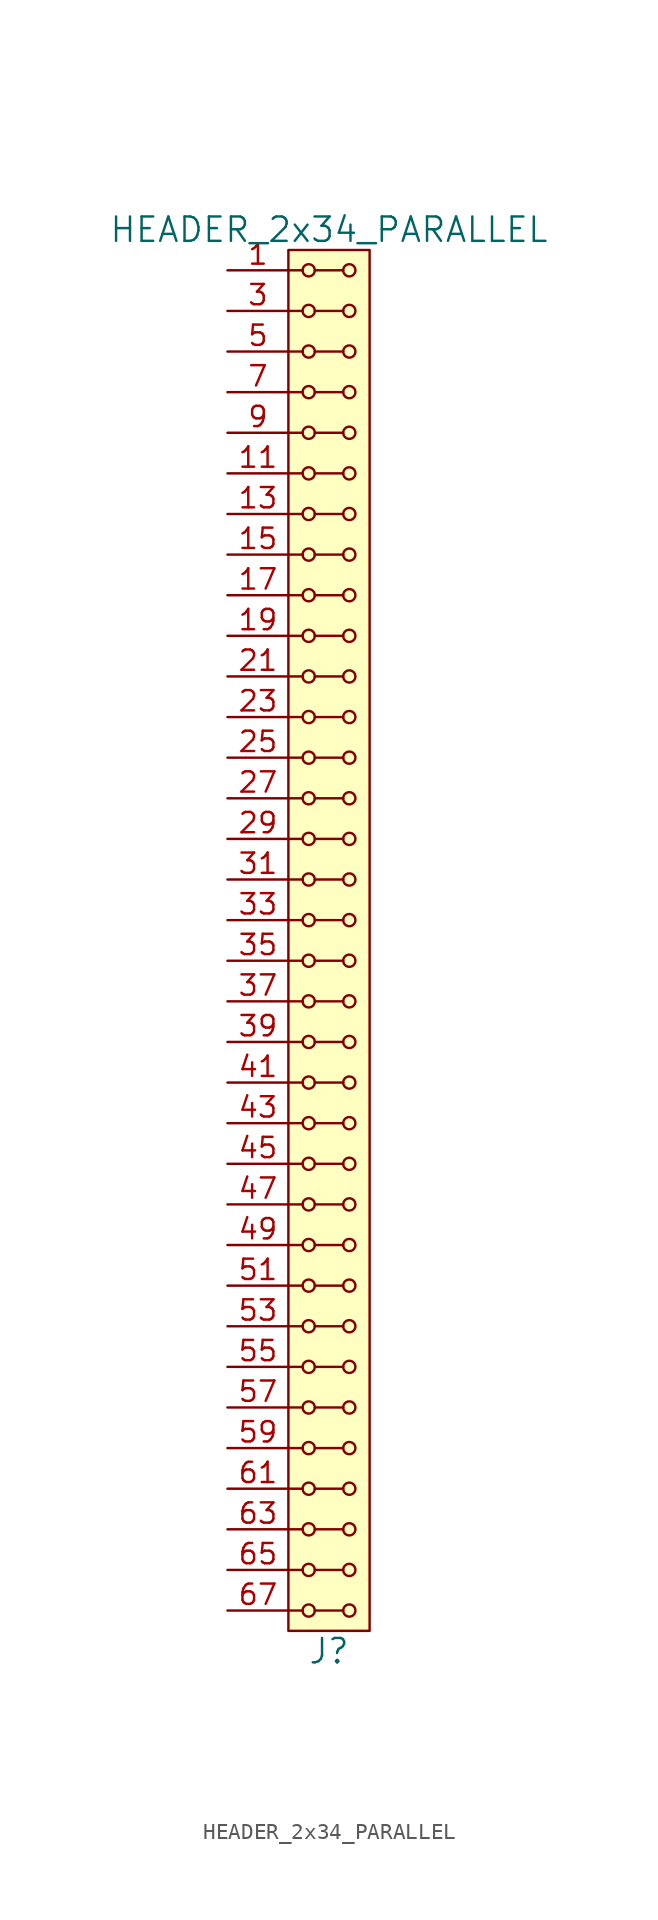
<source format=kicad_sym>
(kicad_symbol_lib
  (version 20211014)
  (generator kicad_symbol_editor)
  (symbol "HEADER_2x34_PARALLEL"
    (pin_names
      (offset 1.016))
    (property "Reference" "J"
      (at 0 -44.45 0)
      (effects (font (size 1.524 1.524))))
    (property "Value" "HEADER_2x34_PARALLEL"
      (at 0 44.45 0)
      (effects (font (size 1.524 1.524))))
    (property "Footprint" ""
      (at 0 41.91 0)
      (effects (font (size 1.524 1.524))))
    (property "Datasheet" ""
      (at 0 41.91 0)
      (effects (font (size 1.524 1.524))))
    (symbol "HEADER_2x34_PARALLEL_0_1"
      (rectangle (start -2.54 43.18) (end 2.54 -43.18) (stroke (width 0) (type default) (color 0 0 0 0)) (fill (type background)))
      (circle (center -1.27 -41.91) (radius 0.381) (stroke (width 0) (type default) (color 0 0 0 0)) (fill (type none)))
      (circle (center -1.27 -39.37) (radius 0.381) (stroke (width 0) (type default) (color 0 0 0 0)) (fill (type none)))
      (circle (center -1.27 -36.83) (radius 0.381) (stroke (width 0) (type default) (color 0 0 0 0)) (fill (type none)))
      (circle (center -1.27 -34.29) (radius 0.381) (stroke (width 0) (type default) (color 0 0 0 0)) (fill (type none)))
      (circle (center -1.27 -31.75) (radius 0.381) (stroke (width 0) (type default) (color 0 0 0 0)) (fill (type none)))
      (circle (center -1.27 -29.21) (radius 0.381) (stroke (width 0) (type default) (color 0 0 0 0)) (fill (type none)))
      (circle (center -1.27 -26.67) (radius 0.381) (stroke (width 0) (type default) (color 0 0 0 0)) (fill (type none)))
      (circle (center -1.27 -24.13) (radius 0.381) (stroke (width 0) (type default) (color 0 0 0 0)) (fill (type none)))
      (circle (center -1.27 -21.59) (radius 0.381) (stroke (width 0) (type default) (color 0 0 0 0)) (fill (type none)))
      (circle (center -1.27 -19.05) (radius 0.381) (stroke (width 0) (type default) (color 0 0 0 0)) (fill (type none)))
      (circle (center -1.27 -16.51) (radius 0.381) (stroke (width 0) (type default) (color 0 0 0 0)) (fill (type none)))
      (circle (center -1.27 -13.97) (radius 0.381) (stroke (width 0) (type default) (color 0 0 0 0)) (fill (type none)))
      (circle (center -1.27 -11.43) (radius 0.381) (stroke (width 0) (type default) (color 0 0 0 0)) (fill (type none)))
      (circle (center -1.27 -8.89) (radius 0.381) (stroke (width 0) (type default) (color 0 0 0 0)) (fill (type none)))
      (circle (center -1.27 -6.35) (radius 0.381) (stroke (width 0) (type default) (color 0 0 0 0)) (fill (type none)))
      (circle (center -1.27 -3.81) (radius 0.381) (stroke (width 0) (type default) (color 0 0 0 0)) (fill (type none)))
      (circle (center -1.27 -1.27) (radius 0.381) (stroke (width 0) (type default) (color 0 0 0 0)) (fill (type none)))
      (circle (center -1.27 1.27) (radius 0.381) (stroke (width 0) (type default) (color 0 0 0 0)) (fill (type none)))
      (circle (center -1.27 3.81) (radius 0.381) (stroke (width 0) (type default) (color 0 0 0 0)) (fill (type none)))
      (circle (center -1.27 6.35) (radius 0.381) (stroke (width 0) (type default) (color 0 0 0 0)) (fill (type none)))
      (circle (center -1.27 8.89) (radius 0.381) (stroke (width 0) (type default) (color 0 0 0 0)) (fill (type none)))
      (circle (center -1.27 11.43) (radius 0.381) (stroke (width 0) (type default) (color 0 0 0 0)) (fill (type none)))
      (circle (center -1.27 13.97) (radius 0.381) (stroke (width 0) (type default) (color 0 0 0 0)) (fill (type none)))
      (circle (center -1.27 16.51) (radius 0.381) (stroke (width 0) (type default) (color 0 0 0 0)) (fill (type none)))
      (circle (center -1.27 19.05) (radius 0.381) (stroke (width 0) (type default) (color 0 0 0 0)) (fill (type none)))
      (circle (center -1.27 21.59) (radius 0.381) (stroke (width 0) (type default) (color 0 0 0 0)) (fill (type none)))
      (circle (center -1.27 24.13) (radius 0.381) (stroke (width 0) (type default) (color 0 0 0 0)) (fill (type none)))
      (circle (center -1.27 26.67) (radius 0.381) (stroke (width 0) (type default) (color 0 0 0 0)) (fill (type none)))
      (circle (center -1.27 29.21) (radius 0.381) (stroke (width 0) (type default) (color 0 0 0 0)) (fill (type none)))
      (circle (center -1.27 31.75) (radius 0.381) (stroke (width 0) (type default) (color 0 0 0 0)) (fill (type none)))
      (circle (center -1.27 34.29) (radius 0.381) (stroke (width 0) (type default) (color 0 0 0 0)) (fill (type none)))
      (circle (center -1.27 36.83) (radius 0.381) (stroke (width 0) (type default) (color 0 0 0 0)) (fill (type none)))
      (circle (center -1.27 39.37) (radius 0.381) (stroke (width 0) (type default) (color 0 0 0 0)) (fill (type none)))
      (circle (center -1.27 41.91) (radius 0.381) (stroke (width 0) (type default) (color 0 0 0 0)) (fill (type none)))
      (polyline (pts (xy -1.651 -41.91) (xy -2.54 -41.91)) (stroke (width 0) (type default) (color 0 0 0 0)) (fill (type none)))
      (polyline (pts (xy -1.651 -39.37) (xy -2.54 -39.37)) (stroke (width 0) (type default) (color 0 0 0 0)) (fill (type none)))
      (polyline (pts (xy -1.651 -36.83) (xy -2.54 -36.83)) (stroke (width 0) (type default) (color 0 0 0 0)) (fill (type none)))
      (polyline (pts (xy -1.651 -34.29) (xy -2.54 -34.29)) (stroke (width 0) (type default) (color 0 0 0 0)) (fill (type none)))
      (polyline (pts (xy -1.651 -31.75) (xy -2.54 -31.75)) (stroke (width 0) (type default) (color 0 0 0 0)) (fill (type none)))
      (polyline (pts (xy -1.651 -29.21) (xy -2.54 -29.21)) (stroke (width 0) (type default) (color 0 0 0 0)) (fill (type none)))
      (polyline (pts (xy -1.651 -26.67) (xy -2.54 -26.67)) (stroke (width 0) (type default) (color 0 0 0 0)) (fill (type none)))
      (polyline (pts (xy -1.651 -24.13) (xy -2.54 -24.13)) (stroke (width 0) (type default) (color 0 0 0 0)) (fill (type none)))
      (polyline (pts (xy -1.651 -21.59) (xy -2.54 -21.59)) (stroke (width 0) (type default) (color 0 0 0 0)) (fill (type none)))
      (polyline (pts (xy -1.651 -19.05) (xy -2.54 -19.05)) (stroke (width 0) (type default) (color 0 0 0 0)) (fill (type none)))
      (polyline (pts (xy -1.651 -16.51) (xy -2.54 -16.51)) (stroke (width 0) (type default) (color 0 0 0 0)) (fill (type none)))
      (polyline (pts (xy -1.651 -13.97) (xy -2.54 -13.97)) (stroke (width 0) (type default) (color 0 0 0 0)) (fill (type none)))
      (polyline (pts (xy -1.651 -11.43) (xy -2.54 -11.43)) (stroke (width 0) (type default) (color 0 0 0 0)) (fill (type none)))
      (polyline (pts (xy -1.651 -8.89) (xy -2.54 -8.89)) (stroke (width 0) (type default) (color 0 0 0 0)) (fill (type none)))
      (polyline (pts (xy -1.651 -6.35) (xy -2.54 -6.35)) (stroke (width 0) (type default) (color 0 0 0 0)) (fill (type none)))
      (polyline (pts (xy -1.651 -3.81) (xy -2.54 -3.81)) (stroke (width 0) (type default) (color 0 0 0 0)) (fill (type none)))
      (polyline (pts (xy -1.651 -1.27) (xy -2.54 -1.27)) (stroke (width 0) (type default) (color 0 0 0 0)) (fill (type none)))
      (polyline (pts (xy -1.651 1.27) (xy -2.54 1.27)) (stroke (width 0) (type default) (color 0 0 0 0)) (fill (type none)))
      (polyline (pts (xy -1.651 3.81) (xy -2.54 3.81)) (stroke (width 0) (type default) (color 0 0 0 0)) (fill (type none)))
      (polyline (pts (xy -1.651 6.35) (xy -2.54 6.35)) (stroke (width 0) (type default) (color 0 0 0 0)) (fill (type none)))
      (polyline (pts (xy -1.651 8.89) (xy -2.54 8.89)) (stroke (width 0) (type default) (color 0 0 0 0)) (fill (type none)))
      (polyline (pts (xy -1.651 11.43) (xy -2.54 11.43)) (stroke (width 0) (type default) (color 0 0 0 0)) (fill (type none)))
      (polyline (pts (xy -1.651 13.97) (xy -2.54 13.97)) (stroke (width 0) (type default) (color 0 0 0 0)) (fill (type none)))
      (polyline (pts (xy -1.651 16.51) (xy -2.54 16.51)) (stroke (width 0) (type default) (color 0 0 0 0)) (fill (type none)))
      (polyline (pts (xy -1.651 19.05) (xy -2.54 19.05)) (stroke (width 0) (type default) (color 0 0 0 0)) (fill (type none)))
      (polyline (pts (xy -1.651 21.59) (xy -2.54 21.59)) (stroke (width 0) (type default) (color 0 0 0 0)) (fill (type none)))
      (polyline (pts (xy -1.651 24.13) (xy -2.54 24.13)) (stroke (width 0) (type default) (color 0 0 0 0)) (fill (type none)))
      (polyline (pts (xy -1.651 26.67) (xy -2.54 26.67)) (stroke (width 0) (type default) (color 0 0 0 0)) (fill (type none)))
      (polyline (pts (xy -1.651 29.21) (xy -2.54 29.21)) (stroke (width 0) (type default) (color 0 0 0 0)) (fill (type none)))
      (polyline (pts (xy -1.651 31.75) (xy -2.54 31.75)) (stroke (width 0) (type default) (color 0 0 0 0)) (fill (type none)))
      (polyline (pts (xy -1.651 34.29) (xy -2.54 34.29)) (stroke (width 0) (type default) (color 0 0 0 0)) (fill (type none)))
      (polyline (pts (xy -1.651 36.83) (xy -2.54 36.83)) (stroke (width 0) (type default) (color 0 0 0 0)) (fill (type none)))
      (polyline (pts (xy -1.651 39.37) (xy -2.54 39.37)) (stroke (width 0) (type default) (color 0 0 0 0)) (fill (type none)))
      (polyline (pts (xy -1.651 41.91) (xy -2.54 41.91)) (stroke (width 0) (type default) (color 0 0 0 0)) (fill (type none)))
      (polyline (pts (xy -0.889 -41.91) (xy 0.889 -41.91)) (stroke (width 0) (type default) (color 0 0 0 0)) (fill (type none)))
      (polyline (pts (xy -0.889 -39.37) (xy 0.889 -39.37)) (stroke (width 0) (type default) (color 0 0 0 0)) (fill (type none)))
      (polyline (pts (xy -0.889 -36.83) (xy 0.889 -36.83)) (stroke (width 0) (type default) (color 0 0 0 0)) (fill (type none)))
      (polyline (pts (xy -0.889 -34.29) (xy 0.889 -34.29)) (stroke (width 0) (type default) (color 0 0 0 0)) (fill (type none)))
      (polyline (pts (xy -0.889 -31.75) (xy 0.889 -31.75)) (stroke (width 0) (type default) (color 0 0 0 0)) (fill (type none)))
      (polyline (pts (xy -0.889 -29.21) (xy 0.889 -29.21)) (stroke (width 0) (type default) (color 0 0 0 0)) (fill (type none)))
      (polyline (pts (xy -0.889 -26.67) (xy 0.889 -26.67)) (stroke (width 0) (type default) (color 0 0 0 0)) (fill (type none)))
      (polyline (pts (xy -0.889 -24.13) (xy 0.889 -24.13)) (stroke (width 0) (type default) (color 0 0 0 0)) (fill (type none)))
      (polyline (pts (xy -0.889 -21.59) (xy 0.889 -21.59)) (stroke (width 0) (type default) (color 0 0 0 0)) (fill (type none)))
      (polyline (pts (xy -0.889 -19.05) (xy 0.889 -19.05)) (stroke (width 0) (type default) (color 0 0 0 0)) (fill (type none)))
      (polyline (pts (xy -0.889 -16.51) (xy 0.889 -16.51)) (stroke (width 0) (type default) (color 0 0 0 0)) (fill (type none)))
      (polyline (pts (xy -0.889 -13.97) (xy 0.889 -13.97)) (stroke (width 0) (type default) (color 0 0 0 0)) (fill (type none)))
      (polyline (pts (xy -0.889 -11.43) (xy 0.889 -11.43)) (stroke (width 0) (type default) (color 0 0 0 0)) (fill (type none)))
      (polyline (pts (xy -0.889 -8.89) (xy 0.889 -8.89)) (stroke (width 0) (type default) (color 0 0 0 0)) (fill (type none)))
      (polyline (pts (xy -0.889 -6.35) (xy 0.889 -6.35)) (stroke (width 0) (type default) (color 0 0 0 0)) (fill (type none)))
      (polyline (pts (xy -0.889 -3.81) (xy 0.889 -3.81)) (stroke (width 0) (type default) (color 0 0 0 0)) (fill (type none)))
      (polyline (pts (xy -0.889 -1.27) (xy 0.889 -1.27)) (stroke (width 0) (type default) (color 0 0 0 0)) (fill (type none)))
      (polyline (pts (xy -0.889 1.27) (xy 0.889 1.27)) (stroke (width 0) (type default) (color 0 0 0 0)) (fill (type none)))
      (polyline (pts (xy -0.889 3.81) (xy 0.889 3.81)) (stroke (width 0) (type default) (color 0 0 0 0)) (fill (type none)))
      (polyline (pts (xy -0.889 6.35) (xy 0.889 6.35)) (stroke (width 0) (type default) (color 0 0 0 0)) (fill (type none)))
      (polyline (pts (xy -0.889 8.89) (xy 0.889 8.89)) (stroke (width 0) (type default) (color 0 0 0 0)) (fill (type none)))
      (polyline (pts (xy -0.889 11.43) (xy 0.889 11.43)) (stroke (width 0) (type default) (color 0 0 0 0)) (fill (type none)))
      (polyline (pts (xy -0.889 13.97) (xy 0.889 13.97)) (stroke (width 0) (type default) (color 0 0 0 0)) (fill (type none)))
      (polyline (pts (xy -0.889 16.51) (xy 0.889 16.51)) (stroke (width 0) (type default) (color 0 0 0 0)) (fill (type none)))
      (polyline (pts (xy -0.889 19.05) (xy 0.889 19.05)) (stroke (width 0) (type default) (color 0 0 0 0)) (fill (type none)))
      (polyline (pts (xy -0.889 21.59) (xy 0.889 21.59)) (stroke (width 0) (type default) (color 0 0 0 0)) (fill (type none)))
      (polyline (pts (xy -0.889 24.13) (xy 0.889 24.13)) (stroke (width 0) (type default) (color 0 0 0 0)) (fill (type none)))
      (polyline (pts (xy -0.889 26.67) (xy 0.889 26.67)) (stroke (width 0) (type default) (color 0 0 0 0)) (fill (type none)))
      (polyline (pts (xy -0.889 29.21) (xy 0.889 29.21)) (stroke (width 0) (type default) (color 0 0 0 0)) (fill (type none)))
      (polyline (pts (xy -0.889 31.75) (xy 0.889 31.75)) (stroke (width 0) (type default) (color 0 0 0 0)) (fill (type none)))
      (polyline (pts (xy -0.889 34.29) (xy 0.889 34.29)) (stroke (width 0) (type default) (color 0 0 0 0)) (fill (type none)))
      (polyline (pts (xy -0.889 36.83) (xy 0.889 36.83)) (stroke (width 0) (type default) (color 0 0 0 0)) (fill (type none)))
      (polyline (pts (xy -0.889 39.37) (xy 0.889 39.37)) (stroke (width 0) (type default) (color 0 0 0 0)) (fill (type none)))
      (polyline (pts (xy -0.889 41.91) (xy 0.889 41.91)) (stroke (width 0) (type default) (color 0 0 0 0)) (fill (type none)))
      (circle (center 1.27 -41.91) (radius 0.381) (stroke (width 0) (type default) (color 0 0 0 0)) (fill (type none)))
      (circle (center 1.27 -39.37) (radius 0.381) (stroke (width 0) (type default) (color 0 0 0 0)) (fill (type none)))
      (circle (center 1.27 -36.83) (radius 0.381) (stroke (width 0) (type default) (color 0 0 0 0)) (fill (type none)))
      (circle (center 1.27 -34.29) (radius 0.381) (stroke (width 0) (type default) (color 0 0 0 0)) (fill (type none)))
      (circle (center 1.27 -31.75) (radius 0.381) (stroke (width 0) (type default) (color 0 0 0 0)) (fill (type none)))
      (circle (center 1.27 -29.21) (radius 0.381) (stroke (width 0) (type default) (color 0 0 0 0)) (fill (type none)))
      (circle (center 1.27 -26.67) (radius 0.381) (stroke (width 0) (type default) (color 0 0 0 0)) (fill (type none)))
      (circle (center 1.27 -24.13) (radius 0.381) (stroke (width 0) (type default) (color 0 0 0 0)) (fill (type none)))
      (circle (center 1.27 -21.59) (radius 0.381) (stroke (width 0) (type default) (color 0 0 0 0)) (fill (type none)))
      (circle (center 1.27 -19.05) (radius 0.381) (stroke (width 0) (type default) (color 0 0 0 0)) (fill (type none)))
      (circle (center 1.27 -16.51) (radius 0.381) (stroke (width 0) (type default) (color 0 0 0 0)) (fill (type none)))
      (circle (center 1.27 -13.97) (radius 0.381) (stroke (width 0) (type default) (color 0 0 0 0)) (fill (type none)))
      (circle (center 1.27 -11.43) (radius 0.381) (stroke (width 0) (type default) (color 0 0 0 0)) (fill (type none)))
      (circle (center 1.27 -8.89) (radius 0.381) (stroke (width 0) (type default) (color 0 0 0 0)) (fill (type none)))
      (circle (center 1.27 -6.35) (radius 0.381) (stroke (width 0) (type default) (color 0 0 0 0)) (fill (type none)))
      (circle (center 1.27 -3.81) (radius 0.381) (stroke (width 0) (type default) (color 0 0 0 0)) (fill (type none)))
      (circle (center 1.27 -1.27) (radius 0.381) (stroke (width 0) (type default) (color 0 0 0 0)) (fill (type none)))
      (circle (center 1.27 1.27) (radius 0.381) (stroke (width 0) (type default) (color 0 0 0 0)) (fill (type none)))
      (circle (center 1.27 3.81) (radius 0.381) (stroke (width 0) (type default) (color 0 0 0 0)) (fill (type none)))
      (circle (center 1.27 6.35) (radius 0.381) (stroke (width 0) (type default) (color 0 0 0 0)) (fill (type none)))
      (circle (center 1.27 8.89) (radius 0.381) (stroke (width 0) (type default) (color 0 0 0 0)) (fill (type none)))
      (circle (center 1.27 11.43) (radius 0.381) (stroke (width 0) (type default) (color 0 0 0 0)) (fill (type none)))
      (circle (center 1.27 13.97) (radius 0.381) (stroke (width 0) (type default) (color 0 0 0 0)) (fill (type none)))
      (circle (center 1.27 16.51) (radius 0.381) (stroke (width 0) (type default) (color 0 0 0 0)) (fill (type none)))
      (circle (center 1.27 19.05) (radius 0.381) (stroke (width 0) (type default) (color 0 0 0 0)) (fill (type none)))
      (circle (center 1.27 21.59) (radius 0.381) (stroke (width 0) (type default) (color 0 0 0 0)) (fill (type none)))
      (circle (center 1.27 24.13) (radius 0.381) (stroke (width 0) (type default) (color 0 0 0 0)) (fill (type none)))
      (circle (center 1.27 26.67) (radius 0.381) (stroke (width 0) (type default) (color 0 0 0 0)) (fill (type none)))
      (circle (center 1.27 29.21) (radius 0.381) (stroke (width 0) (type default) (color 0 0 0 0)) (fill (type none)))
      (circle (center 1.27 31.75) (radius 0.381) (stroke (width 0) (type default) (color 0 0 0 0)) (fill (type none)))
      (circle (center 1.27 34.29) (radius 0.381) (stroke (width 0) (type default) (color 0 0 0 0)) (fill (type none)))
      (circle (center 1.27 36.83) (radius 0.381) (stroke (width 0) (type default) (color 0 0 0 0)) (fill (type none)))
      (circle (center 1.27 39.37) (radius 0.381) (stroke (width 0) (type default) (color 0 0 0 0)) (fill (type none)))
      (circle (center 1.27 41.91) (radius 0.381) (stroke (width 0) (type default) (color 0 0 0 0)) (fill (type none))))
    (symbol "HEADER_2x34_PARALLEL_1_1"
      (pin input line (at -6.35 41.91 0) (length 3.81) (name "~" (effects (font (size 1.27 1.27)))) (number "1" (effects (font (size 1.27 1.27)))))
      (pin input line (at -6.35 31.75 0) (length 3.81) hide (name "~" (effects (font (size 1.27 1.27)))) (number "10" (effects (font (size 1.27 1.27)))))
      (pin input line (at -6.35 29.21 0) (length 3.81) (name "~" (effects (font (size 1.27 1.27)))) (number "11" (effects (font (size 1.27 1.27)))))
      (pin input line (at -6.35 29.21 0) (length 3.81) hide (name "~" (effects (font (size 1.27 1.27)))) (number "12" (effects (font (size 1.27 1.27)))))
      (pin input line (at -6.35 26.67 0) (length 3.81) (name "~" (effects (font (size 1.27 1.27)))) (number "13" (effects (font (size 1.27 1.27)))))
      (pin input line (at -6.35 26.67 0) (length 3.81) hide (name "~" (effects (font (size 1.27 1.27)))) (number "14" (effects (font (size 1.27 1.27)))))
      (pin input line (at -6.35 24.13 0) (length 3.81) (name "~" (effects (font (size 1.27 1.27)))) (number "15" (effects (font (size 1.27 1.27)))))
      (pin input line (at -6.35 24.13 0) (length 3.81) hide (name "~" (effects (font (size 1.27 1.27)))) (number "16" (effects (font (size 1.27 1.27)))))
      (pin input line (at -6.35 21.59 0) (length 3.81) (name "~" (effects (font (size 1.27 1.27)))) (number "17" (effects (font (size 1.27 1.27)))))
      (pin input line (at -6.35 21.59 0) (length 3.81) hide (name "~" (effects (font (size 1.27 1.27)))) (number "18" (effects (font (size 1.27 1.27)))))
      (pin input line (at -6.35 19.05 0) (length 3.81) (name "~" (effects (font (size 1.27 1.27)))) (number "19" (effects (font (size 1.27 1.27)))))
      (pin input line (at -6.35 41.91 0) (length 3.81) hide (name "~" (effects (font (size 1.27 1.27)))) (number "2" (effects (font (size 1.27 1.27)))))
      (pin input line (at -6.35 19.05 0) (length 3.81) hide (name "~" (effects (font (size 1.27 1.27)))) (number "20" (effects (font (size 1.27 1.27)))))
      (pin input line (at -6.35 16.51 0) (length 3.81) (name "~" (effects (font (size 1.27 1.27)))) (number "21" (effects (font (size 1.27 1.27)))))
      (pin input line (at -6.35 16.51 0) (length 3.81) hide (name "~" (effects (font (size 1.27 1.27)))) (number "22" (effects (font (size 1.27 1.27)))))
      (pin input line (at -6.35 13.97 0) (length 3.81) (name "~" (effects (font (size 1.27 1.27)))) (number "23" (effects (font (size 1.27 1.27)))))
      (pin input line (at -6.35 13.97 0) (length 3.81) hide (name "~" (effects (font (size 1.27 1.27)))) (number "24" (effects (font (size 1.27 1.27)))))
      (pin input line (at -6.35 11.43 0) (length 3.81) (name "~" (effects (font (size 1.27 1.27)))) (number "25" (effects (font (size 1.27 1.27)))))
      (pin input line (at -6.35 11.43 0) (length 3.81) hide (name "~" (effects (font (size 1.27 1.27)))) (number "26" (effects (font (size 1.27 1.27)))))
      (pin input line (at -6.35 8.89 0) (length 3.81) (name "~" (effects (font (size 1.27 1.27)))) (number "27" (effects (font (size 1.27 1.27)))))
      (pin input line (at -6.35 8.89 0) (length 3.81) hide (name "~" (effects (font (size 1.27 1.27)))) (number "28" (effects (font (size 1.27 1.27)))))
      (pin input line (at -6.35 6.35 0) (length 3.81) (name "~" (effects (font (size 1.27 1.27)))) (number "29" (effects (font (size 1.27 1.27)))))
      (pin input line (at -6.35 39.37 0) (length 3.81) (name "~" (effects (font (size 1.27 1.27)))) (number "3" (effects (font (size 1.27 1.27)))))
      (pin input line (at -6.35 6.35 0) (length 3.81) hide (name "~" (effects (font (size 1.27 1.27)))) (number "30" (effects (font (size 1.27 1.27)))))
      (pin input line (at -6.35 3.81 0) (length 3.81) (name "~" (effects (font (size 1.27 1.27)))) (number "31" (effects (font (size 1.27 1.27)))))
      (pin input line (at -6.35 3.81 0) (length 3.81) hide (name "~" (effects (font (size 1.27 1.27)))) (number "32" (effects (font (size 1.27 1.27)))))
      (pin input line (at -6.35 1.27 0) (length 3.81) (name "~" (effects (font (size 1.27 1.27)))) (number "33" (effects (font (size 1.27 1.27)))))
      (pin input line (at -6.35 1.27 0) (length 3.81) hide (name "~" (effects (font (size 1.27 1.27)))) (number "34" (effects (font (size 1.27 1.27)))))
      (pin input line (at -6.35 -1.27 0) (length 3.81) (name "~" (effects (font (size 1.27 1.27)))) (number "35" (effects (font (size 1.27 1.27)))))
      (pin input line (at -6.35 -1.27 0) (length 3.81) hide (name "~" (effects (font (size 1.27 1.27)))) (number "36" (effects (font (size 1.27 1.27)))))
      (pin input line (at -6.35 -3.81 0) (length 3.81) (name "~" (effects (font (size 1.27 1.27)))) (number "37" (effects (font (size 1.27 1.27)))))
      (pin input line (at -6.35 -3.81 0) (length 3.81) hide (name "~" (effects (font (size 1.27 1.27)))) (number "38" (effects (font (size 1.27 1.27)))))
      (pin input line (at -6.35 -6.35 0) (length 3.81) (name "~" (effects (font (size 1.27 1.27)))) (number "39" (effects (font (size 1.27 1.27)))))
      (pin input line (at -6.35 39.37 0) (length 3.81) hide (name "~" (effects (font (size 1.27 1.27)))) (number "4" (effects (font (size 1.27 1.27)))))
      (pin input line (at -6.35 -6.35 0) (length 3.81) hide (name "~" (effects (font (size 1.27 1.27)))) (number "40" (effects (font (size 1.27 1.27)))))
      (pin input line (at -6.35 -8.89 0) (length 3.81) (name "~" (effects (font (size 1.27 1.27)))) (number "41" (effects (font (size 1.27 1.27)))))
      (pin input line (at -6.35 -8.89 0) (length 3.81) hide (name "~" (effects (font (size 1.27 1.27)))) (number "42" (effects (font (size 1.27 1.27)))))
      (pin input line (at -6.35 -11.43 0) (length 3.81) (name "~" (effects (font (size 1.27 1.27)))) (number "43" (effects (font (size 1.27 1.27)))))
      (pin input line (at -6.35 -11.43 0) (length 3.81) hide (name "~" (effects (font (size 1.27 1.27)))) (number "44" (effects (font (size 1.27 1.27)))))
      (pin input line (at -6.35 -13.97 0) (length 3.81) (name "~" (effects (font (size 1.27 1.27)))) (number "45" (effects (font (size 1.27 1.27)))))
      (pin input line (at -6.35 -13.97 0) (length 3.81) hide (name "~" (effects (font (size 1.27 1.27)))) (number "46" (effects (font (size 1.27 1.27)))))
      (pin input line (at -6.35 -16.51 0) (length 3.81) (name "~" (effects (font (size 1.27 1.27)))) (number "47" (effects (font (size 1.27 1.27)))))
      (pin input line (at -6.35 -16.51 0) (length 3.81) hide (name "~" (effects (font (size 1.27 1.27)))) (number "48" (effects (font (size 1.27 1.27)))))
      (pin input line (at -6.35 -19.05 0) (length 3.81) (name "~" (effects (font (size 1.27 1.27)))) (number "49" (effects (font (size 1.27 1.27)))))
      (pin input line (at -6.35 36.83 0) (length 3.81) (name "~" (effects (font (size 1.27 1.27)))) (number "5" (effects (font (size 1.27 1.27)))))
      (pin input line (at -6.35 -19.05 0) (length 3.81) hide (name "~" (effects (font (size 1.27 1.27)))) (number "50" (effects (font (size 1.27 1.27)))))
      (pin input line (at -6.35 -21.59 0) (length 3.81) (name "~" (effects (font (size 1.27 1.27)))) (number "51" (effects (font (size 1.27 1.27)))))
      (pin input line (at -6.35 -21.59 0) (length 3.81) hide (name "~" (effects (font (size 1.27 1.27)))) (number "52" (effects (font (size 1.27 1.27)))))
      (pin input line (at -6.35 -24.13 0) (length 3.81) (name "~" (effects (font (size 1.27 1.27)))) (number "53" (effects (font (size 1.27 1.27)))))
      (pin input line (at -6.35 -24.13 0) (length 3.81) hide (name "~" (effects (font (size 1.27 1.27)))) (number "54" (effects (font (size 1.27 1.27)))))
      (pin input line (at -6.35 -26.67 0) (length 3.81) (name "~" (effects (font (size 1.27 1.27)))) (number "55" (effects (font (size 1.27 1.27)))))
      (pin input line (at -6.35 -26.67 0) (length 3.81) hide (name "~" (effects (font (size 1.27 1.27)))) (number "56" (effects (font (size 1.27 1.27)))))
      (pin input line (at -6.35 -29.21 0) (length 3.81) (name "~" (effects (font (size 1.27 1.27)))) (number "57" (effects (font (size 1.27 1.27)))))
      (pin input line (at -6.35 -29.21 0) (length 3.81) hide (name "~" (effects (font (size 1.27 1.27)))) (number "58" (effects (font (size 1.27 1.27)))))
      (pin input line (at -6.35 -31.75 0) (length 3.81) (name "~" (effects (font (size 1.27 1.27)))) (number "59" (effects (font (size 1.27 1.27)))))
      (pin input line (at -6.35 36.83 0) (length 3.81) hide (name "~" (effects (font (size 1.27 1.27)))) (number "6" (effects (font (size 1.27 1.27)))))
      (pin input line (at -6.35 -31.75 0) (length 3.81) hide (name "~" (effects (font (size 1.27 1.27)))) (number "60" (effects (font (size 1.27 1.27)))))
      (pin input line (at -6.35 -34.29 0) (length 3.81) (name "~" (effects (font (size 1.27 1.27)))) (number "61" (effects (font (size 1.27 1.27)))))
      (pin input line (at -6.35 -34.29 0) (length 3.81) hide (name "~" (effects (font (size 1.27 1.27)))) (number "62" (effects (font (size 1.27 1.27)))))
      (pin input line (at -6.35 -36.83 0) (length 3.81) (name "~" (effects (font (size 1.27 1.27)))) (number "63" (effects (font (size 1.27 1.27)))))
      (pin input line (at -6.35 -36.83 0) (length 3.81) hide (name "~" (effects (font (size 1.27 1.27)))) (number "64" (effects (font (size 1.27 1.27)))))
      (pin input line (at -6.35 -39.37 0) (length 3.81) (name "~" (effects (font (size 1.27 1.27)))) (number "65" (effects (font (size 1.27 1.27)))))
      (pin input line (at -6.35 -39.37 0) (length 3.81) hide (name "~" (effects (font (size 1.27 1.27)))) (number "66" (effects (font (size 1.27 1.27)))))
      (pin input line (at -6.35 -41.91 0) (length 3.81) (name "~" (effects (font (size 1.27 1.27)))) (number "67" (effects (font (size 1.27 1.27)))))
      (pin input line (at -6.35 -41.91 0) (length 3.81) hide (name "~" (effects (font (size 1.27 1.27)))) (number "68" (effects (font (size 1.27 1.27)))))
      (pin input line (at -6.35 34.29 0) (length 3.81) (name "~" (effects (font (size 1.27 1.27)))) (number "7" (effects (font (size 1.27 1.27)))))
      (pin input line (at -6.35 34.29 0) (length 3.81) hide (name "~" (effects (font (size 1.27 1.27)))) (number "8" (effects (font (size 1.27 1.27)))))
      (pin input line (at -6.35 31.75 0) (length 3.81) (name "~" (effects (font (size 1.27 1.27)))) (number "9" (effects (font (size 1.27 1.27))))))))
</source>
